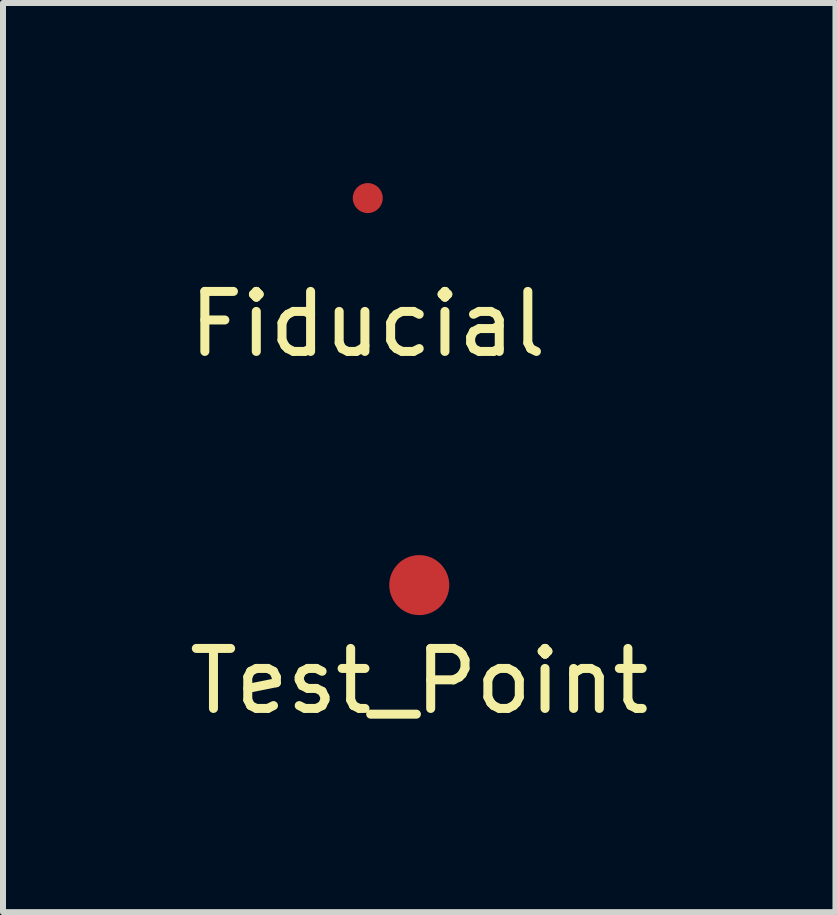
<source format=kicad_pcb>
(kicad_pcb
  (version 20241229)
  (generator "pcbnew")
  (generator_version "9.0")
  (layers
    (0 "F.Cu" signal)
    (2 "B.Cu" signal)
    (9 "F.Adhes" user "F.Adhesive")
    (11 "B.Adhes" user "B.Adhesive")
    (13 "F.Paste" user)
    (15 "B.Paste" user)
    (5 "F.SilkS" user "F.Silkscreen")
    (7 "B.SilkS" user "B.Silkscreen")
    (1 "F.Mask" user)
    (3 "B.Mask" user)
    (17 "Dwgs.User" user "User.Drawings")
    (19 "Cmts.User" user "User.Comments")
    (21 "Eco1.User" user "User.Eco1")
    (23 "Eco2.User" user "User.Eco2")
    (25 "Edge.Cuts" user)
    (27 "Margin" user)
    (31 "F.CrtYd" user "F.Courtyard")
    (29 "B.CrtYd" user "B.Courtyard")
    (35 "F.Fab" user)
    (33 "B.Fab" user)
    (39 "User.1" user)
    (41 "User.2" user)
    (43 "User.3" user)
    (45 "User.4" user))
  (footprint "Fiducial"
    (layer "F.Cu")
    (at 3.077 0.25)
    (property "Reference" "Fiducial" (at 0 2.1 0) (layer "F.SilkS") (effects (font (size 1 1) (thickness 0.15))))
    (attr through_hole)
    (pad "1" smd circle (at 0 0) (size 0.5 0.5) (layers "F.Cu" "F.Mask")))
  (footprint "Test_Point"
    (layer "F.Cu")
    (at 3.935 6.698)
    (property "Reference" "Test_Point" (at 0 1.6 0) (layer "F.SilkS") (effects (font (size 1 1) (thickness 0.15))))
    (attr through_hole)
    (pad "1" smd circle (at 0 0) (size 1 1) (layers "F.Cu" "F.Mask")))
  (gr_rect
    (start -3 -3)
    (end 10.869 12.146)
    (stroke (width 0.1) (type default))
    (fill no)
    (layer "Edge.Cuts")))
</source>
